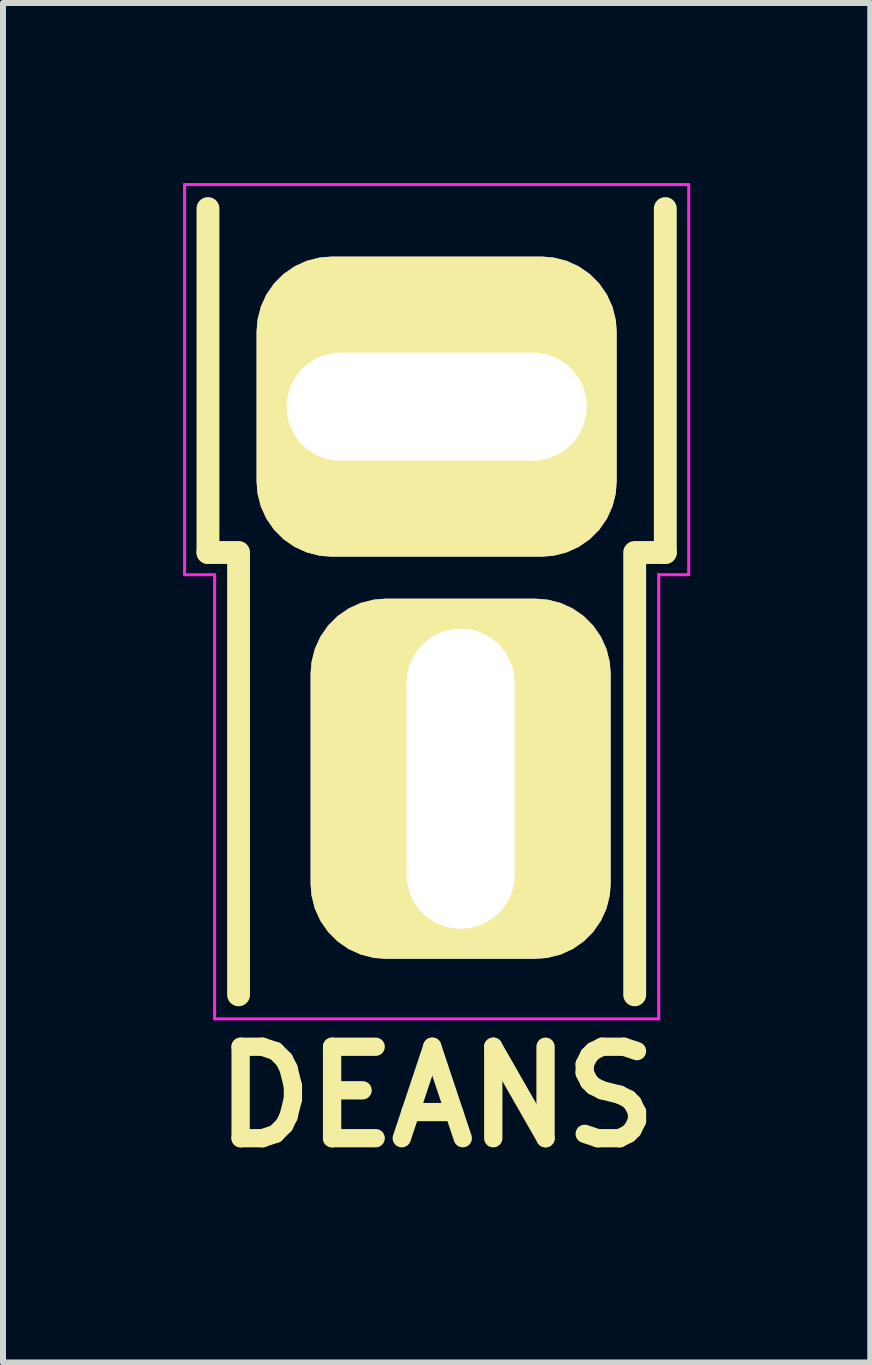
<source format=kicad_pcb>
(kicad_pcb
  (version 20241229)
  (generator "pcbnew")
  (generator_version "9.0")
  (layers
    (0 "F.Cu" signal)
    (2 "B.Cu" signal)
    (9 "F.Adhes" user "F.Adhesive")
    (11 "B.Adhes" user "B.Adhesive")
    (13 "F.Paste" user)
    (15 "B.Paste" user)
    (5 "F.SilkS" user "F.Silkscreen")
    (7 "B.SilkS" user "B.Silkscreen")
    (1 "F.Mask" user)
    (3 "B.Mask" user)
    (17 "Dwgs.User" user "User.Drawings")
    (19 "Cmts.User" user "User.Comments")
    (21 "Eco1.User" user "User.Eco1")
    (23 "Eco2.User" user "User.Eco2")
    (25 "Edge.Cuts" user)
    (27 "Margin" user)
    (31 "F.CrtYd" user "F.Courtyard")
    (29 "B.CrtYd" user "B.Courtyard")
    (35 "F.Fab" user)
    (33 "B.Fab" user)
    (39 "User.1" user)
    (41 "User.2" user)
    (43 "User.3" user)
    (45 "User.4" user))
  (footprint "DEANS"
    (layer "F.Cu")
    (at 4.225 7.425)
    (property "Reference" "DEANS" (at 0 7.8 0) (layer "F.SilkS") (effects (font (size 1.524 1.524) (thickness 0.305))))
    (attr through_hole)
    (fp_line (start -3.81 -1.27) (end -3.81 -7) (stroke (width 0.381) (type solid)) (layer "F.SilkS"))
    (fp_line (start -3.3 -1.27) (end -3.81 -1.27) (stroke (width 0.381) (type solid)) (layer "F.SilkS"))
    (fp_line (start -3.3 6.1) (end -3.3 -1.2) (stroke (width 0.381) (type solid)) (layer "F.SilkS"))
    (fp_line (start 3.3 -1.2) (end 3.3 6.1) (stroke (width 0.381) (type solid)) (layer "F.SilkS"))
    (fp_line (start 3.81 -7) (end 3.81 -1.27) (stroke (width 0.381) (type solid)) (layer "F.SilkS"))
    (fp_line (start 3.81 -1.27) (end 3.3 -1.27) (stroke (width 0.381) (type solid)) (layer "F.SilkS"))
    (fp_line (start -4.2 -7.4) (end 4.2 -7.4) (stroke (width 0.05) (type default)) (layer "F.CrtYd"))
    (fp_line (start -4.2 -0.9) (end -4.2 -7.4) (stroke (width 0.05) (type default)) (layer "F.CrtYd"))
    (fp_line (start -3.7 -0.9) (end -4.2 -0.9) (stroke (width 0.05) (type default)) (layer "F.CrtYd"))
    (fp_line (start -3.7 6.5) (end -3.7 -0.9) (stroke (width 0.05) (type default)) (layer "F.CrtYd"))
    (fp_line (start 3.7 -0.9) (end 3.7 6.5) (stroke (width 0.05) (type default)) (layer "F.CrtYd"))
    (fp_line (start 3.7 6.5) (end -3.7 6.5) (stroke (width 0.05) (type default)) (layer "F.CrtYd"))
    (fp_line (start 4.2 -7.4) (end 4.2 -0.9) (stroke (width 0.05) (type default)) (layer "F.CrtYd"))
    (fp_line (start 4.2 -0.9) (end 3.7 -0.9) (stroke (width 0.05) (type default)) (layer "F.CrtYd"))
    (pad "1" thru_hole roundrect (at 0.4 2.5 270) (size 6 5) (drill oval 5 1.8) (layers "*.Cu" "*.Mask" "F.SilkS") (roundrect_rratio 0.25))
    (pad "2" thru_hole roundrect (at 0 -3.7) (size 6 5) (drill oval 5 1.8) (layers "*.Cu" "*.Mask" "F.SilkS") (roundrect_rratio 0.25)))
  (gr_rect
    (start -3 -3)
    (end 11.45 19.651)
    (stroke (width 0.1) (type default))
    (fill no)
    (layer "Edge.Cuts")))
</source>
